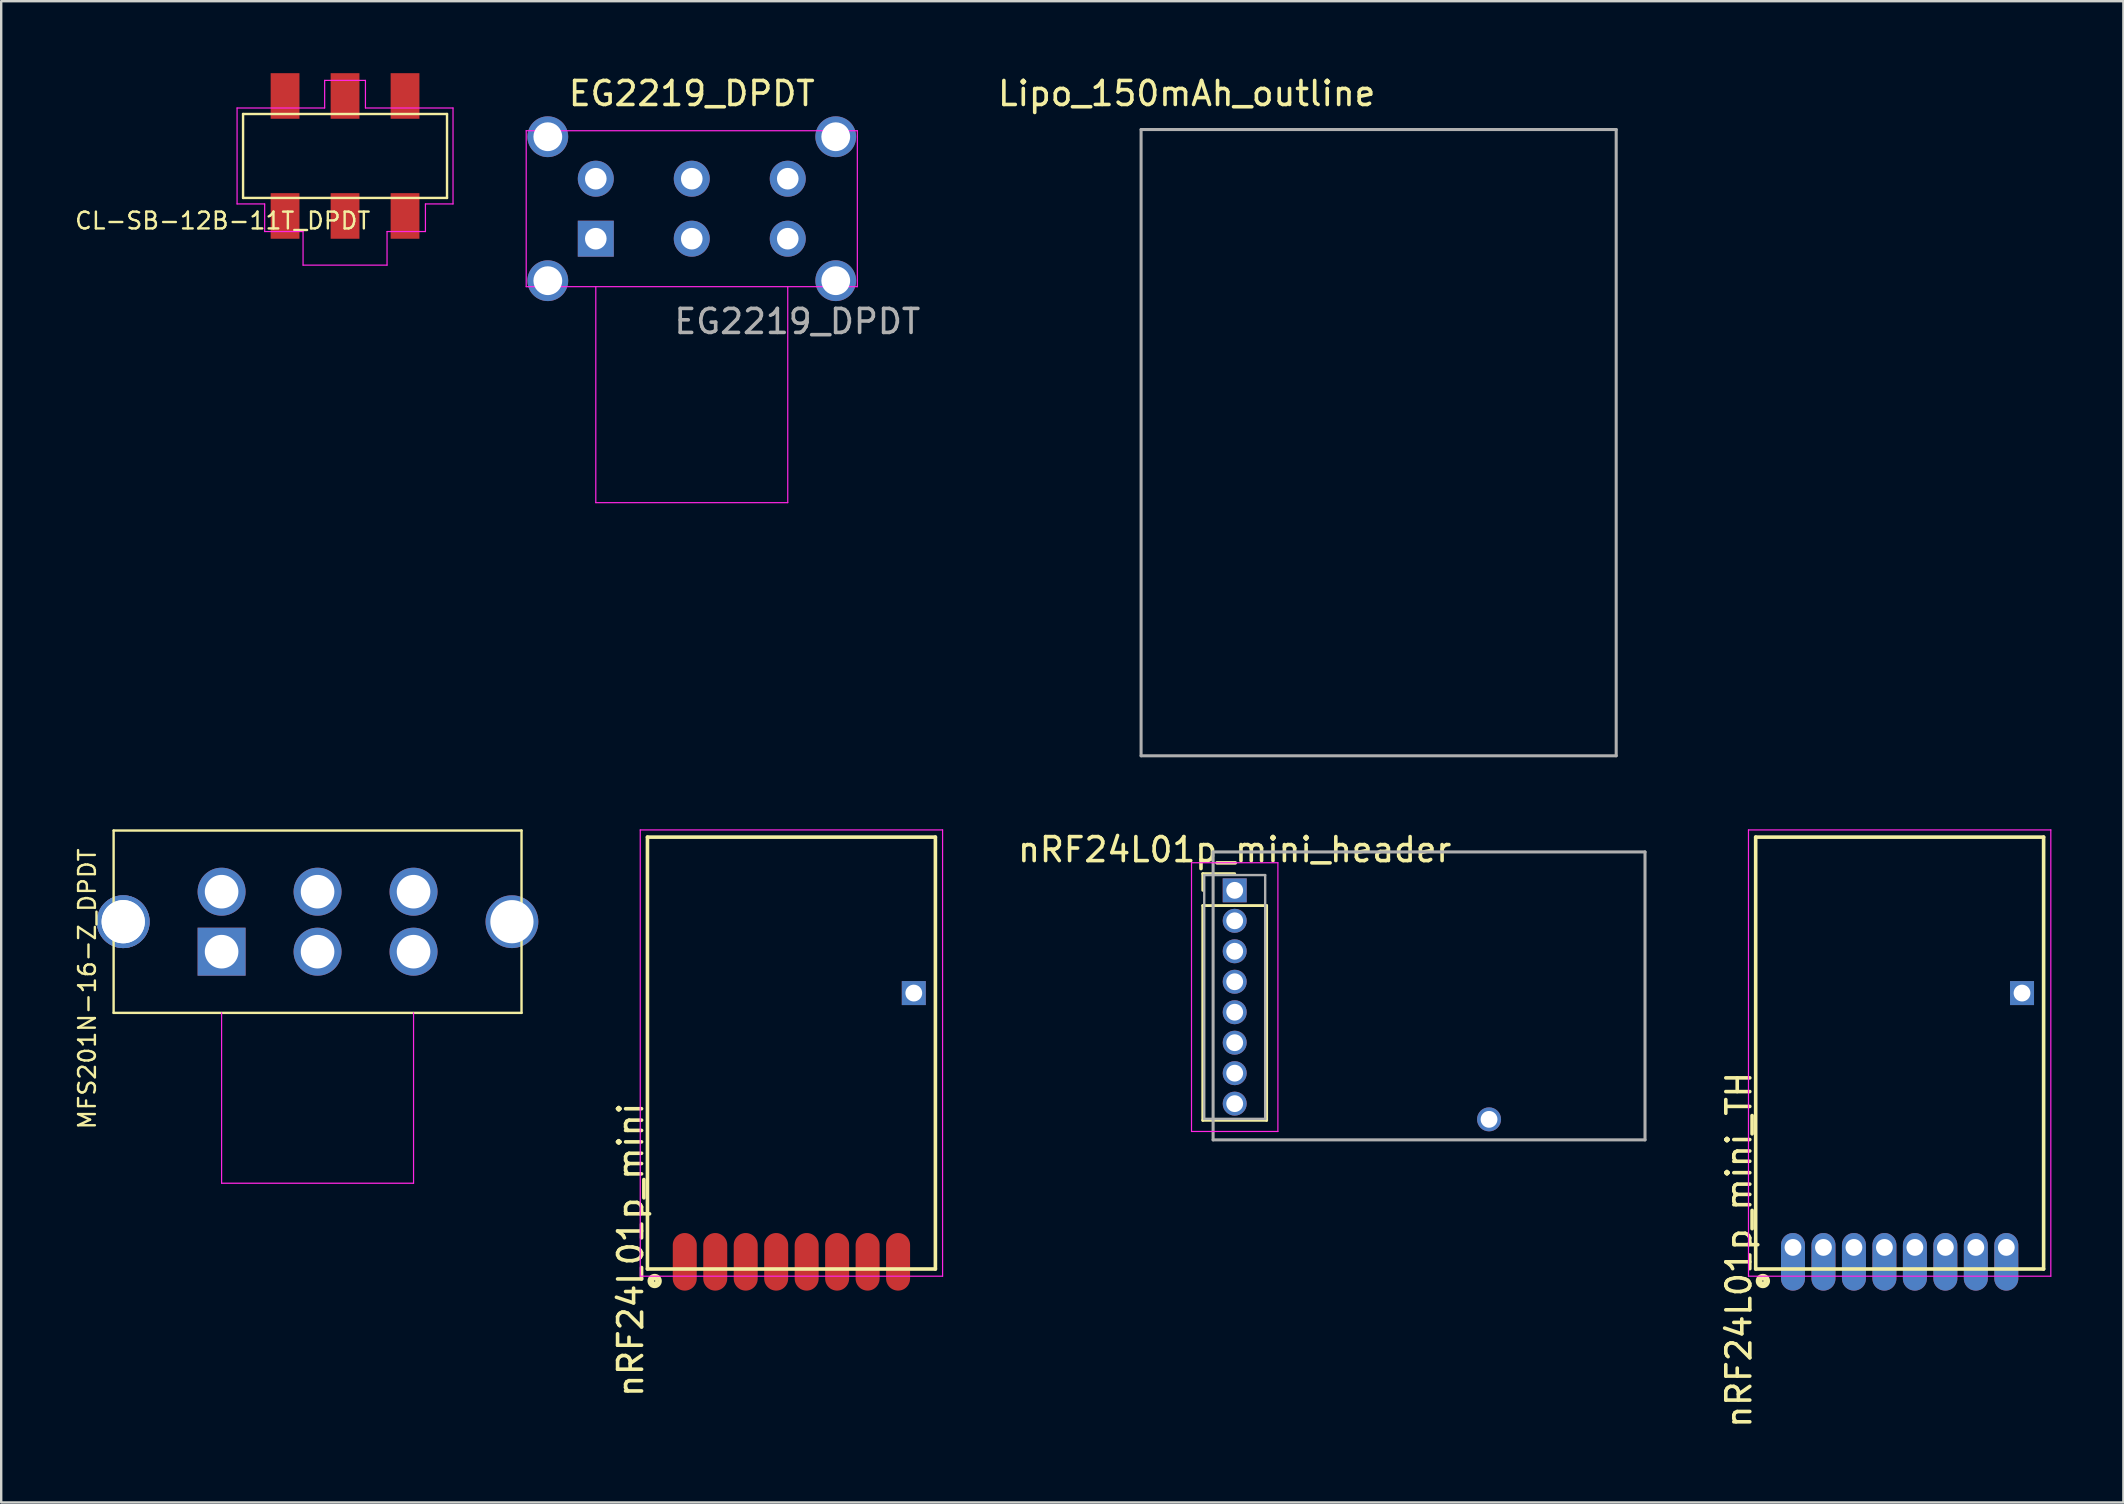
<source format=kicad_pcb>
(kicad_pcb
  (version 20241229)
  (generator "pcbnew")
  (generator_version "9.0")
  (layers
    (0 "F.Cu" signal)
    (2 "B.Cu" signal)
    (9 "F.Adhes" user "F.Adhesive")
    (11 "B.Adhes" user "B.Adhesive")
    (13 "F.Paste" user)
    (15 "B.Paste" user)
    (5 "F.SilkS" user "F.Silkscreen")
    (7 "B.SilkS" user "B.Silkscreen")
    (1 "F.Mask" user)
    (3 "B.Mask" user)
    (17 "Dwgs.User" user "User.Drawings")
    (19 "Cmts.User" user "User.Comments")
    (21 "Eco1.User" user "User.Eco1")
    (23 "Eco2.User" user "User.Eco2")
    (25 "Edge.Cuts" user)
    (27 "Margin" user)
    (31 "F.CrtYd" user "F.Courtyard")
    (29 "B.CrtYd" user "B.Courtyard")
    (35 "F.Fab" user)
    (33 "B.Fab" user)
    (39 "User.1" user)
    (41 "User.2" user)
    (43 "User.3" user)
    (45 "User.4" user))
  (footprint "nRF24L01p_mini_header"
    (layer "F.Cu")
    (at 48.407 34.055)
    (property "Reference" "nRF24L01p_mini_header" (at 0 -1.695 0) (layer "F.SilkS") (effects (font (size 1 1) (thickness 0.15))))
    (attr through_hole)
    (fp_line (start -1.33 -0.695) (end 0 -0.695) (stroke (width 0.12) (type solid)) (layer "F.SilkS"))
    (fp_line (start -1.33 0) (end -1.33 -0.695) (stroke (width 0.12) (type solid)) (layer "F.SilkS"))
    (fp_line (start -1.33 0.635) (end -1.33 9.585) (stroke (width 0.12) (type solid)) (layer "F.SilkS"))
    (fp_line (start -1.33 9.585) (end 1.33 9.585) (stroke (width 0.12) (type solid)) (layer "F.SilkS"))
    (fp_line (start 1.33 0.635) (end -1.33 0.635) (stroke (width 0.12) (type solid)) (layer "F.SilkS"))
    (fp_line (start 1.33 9.585) (end 1.33 0.635) (stroke (width 0.12) (type solid)) (layer "F.SilkS"))
    (fp_line (start -1.8 -1.15) (end -1.8 10.05) (stroke (width 0.05) (type solid)) (layer "F.CrtYd"))
    (fp_line (start -1.8 10.05) (end 1.8 10.05) (stroke (width 0.05) (type solid)) (layer "F.CrtYd"))
    (fp_line (start 1.8 -1.15) (end -1.8 -1.15) (stroke (width 0.05) (type solid)) (layer "F.CrtYd"))
    (fp_line (start 1.8 10.05) (end 1.8 -1.15) (stroke (width 0.05) (type solid)) (layer "F.CrtYd"))
    (fp_line (start -1.27 -0.635) (end -1.27 9.525) (stroke (width 0.1) (type solid)) (layer "F.Fab"))
    (fp_line (start -1.27 9.525) (end 1.27 9.525) (stroke (width 0.1) (type solid)) (layer "F.Fab"))
    (fp_line (start -0.9 -1.6) (end 17.1 -1.6) (stroke (width 0.127) (type solid)) (layer "F.Fab"))
    (fp_line (start -0.9 10.4) (end -0.9 -1.6) (stroke (width 0.127) (type solid)) (layer "F.Fab"))
    (fp_line (start -0.9 10.4) (end 17.1 10.4) (stroke (width 0.127) (type solid)) (layer "F.Fab"))
    (fp_line (start 1.27 -0.635) (end -1.27 -0.635) (stroke (width 0.1) (type solid)) (layer "F.Fab"))
    (fp_line (start 1.27 9.525) (end 1.27 -0.635) (stroke (width 0.1) (type solid)) (layer "F.Fab"))
    (fp_line (start 17.1 -1.6) (end 17.1 10.4) (stroke (width 0.127) (type solid)) (layer "F.Fab"))
    (pad "1" thru_hole rect (at 0 0) (size 1 1) (drill 0.7) (layers "*.Cu" "*.Mask"))
    (pad "2" thru_hole oval (at 0 1.27) (size 1 1) (drill 0.7) (layers "*.Cu" "*.Mask"))
    (pad "3" thru_hole oval (at 0 2.54) (size 1 1) (drill 0.7) (layers "*.Cu" "*.Mask"))
    (pad "4" thru_hole oval (at 0 3.81) (size 1 1) (drill 0.7) (layers "*.Cu" "*.Mask"))
    (pad "5" thru_hole oval (at 0 5.08) (size 1 1) (drill 0.7) (layers "*.Cu" "*.Mask"))
    (pad "6" thru_hole oval (at 0 6.35) (size 1 1) (drill 0.7) (layers "*.Cu" "*.Mask"))
    (pad "7" thru_hole oval (at 0 7.62) (size 1 1) (drill 0.7) (layers "*.Cu" "*.Mask"))
    (pad "8" thru_hole oval (at 0 8.89) (size 1 1) (drill 0.7) (layers "*.Cu" "*.Mask"))
    (pad "9" thru_hole oval (at 10.6 9.545) (size 1 1) (drill 0.7) (layers "*.Cu" "*.Mask")))
  (footprint "nRF24L01p_mini_TH"
    (layer "F.Cu")
    (at 76.119 49.837)
    (property "Reference" "nRF24L01p_mini_TH" (at -6.7 -0.8 90) (layer "F.SilkS") (effects (font (size 1 1) (thickness 0.15))))
    (attr through_hole)
    (fp_line (start -6 -18) (end -6 0) (stroke (width 0.15) (type solid)) (layer "F.SilkS"))
    (fp_line (start -6 0) (end 6 0) (stroke (width 0.15) (type solid)) (layer "F.SilkS"))
    (fp_line (start 6 -18) (end -6 -18) (stroke (width 0.15) (type solid)) (layer "F.SilkS"))
    (fp_line (start 6 0) (end 6 -18) (stroke (width 0.15) (type solid)) (layer "F.SilkS"))
    (fp_circle (center -5.7 0.5) (end -5.6 0.5) (stroke (width 0.15) (type solid)) (fill no) (layer "F.SilkS"))
    (fp_circle (center -5.7 0.5) (end -5.6 0.7) (stroke (width 0.15) (type solid)) (fill no) (layer "F.SilkS"))
    (fp_line (start -6.3 -18.3) (end -6.3 0.3) (stroke (width 0.05) (type solid)) (layer "F.CrtYd"))
    (fp_line (start -6.3 0.3) (end 6.3 0.3) (stroke (width 0.05) (type solid)) (layer "F.CrtYd"))
    (fp_line (start 6.3 -18.3) (end -6.3 -18.3) (stroke (width 0.05) (type solid)) (layer "F.CrtYd"))
    (fp_line (start 6.3 0.3) (end 6.3 -18.3) (stroke (width 0.05) (type solid)) (layer "F.CrtYd"))
    (pad "1" thru_hole oval (at -4.445 -0.9) (size 1 2.4) (drill 0.7 (offset 0 0.6)) (layers "*.Cu" "*.Mask"))
    (pad "2" thru_hole oval (at -3.175 -0.9) (size 1 2.4) (drill 0.7 (offset 0 0.6)) (layers "*.Cu" "*.Mask"))
    (pad "3" thru_hole oval (at -1.905 -0.9) (size 1 2.4) (drill 0.7 (offset 0 0.6)) (layers "*.Cu" "*.Mask"))
    (pad "4" thru_hole oval (at -0.635 -0.9) (size 1 2.4) (drill 0.7 (offset 0 0.6)) (layers "*.Cu" "*.Mask"))
    (pad "5" thru_hole oval (at 0.635 -0.9) (size 1 2.4) (drill 0.7 (offset 0 0.6)) (layers "*.Cu" "*.Mask"))
    (pad "6" thru_hole oval (at 1.905 -0.9) (size 1 2.4) (drill 0.7 (offset 0 0.6)) (layers "*.Cu" "*.Mask"))
    (pad "7" thru_hole oval (at 3.175 -0.9) (size 1 2.4) (drill 0.7 (offset 0 0.6)) (layers "*.Cu" "*.Mask"))
    (pad "8" thru_hole oval (at 4.445 -0.9) (size 1 2.4) (drill 0.7 (offset 0 0.6)) (layers "*.Cu" "*.Mask"))
    (pad "9" thru_hole rect (at 5.1 -11.5 90) (size 1 1) (drill 0.7) (layers "*.Cu" "*.Mask")))
  (footprint "CL-SB-12B-11T_DPDT"
    (layer "F.Cu")
    (at 11.33 3.45)
    (property "Reference" "CL-SB-12B-11T_DPDT" (at -5.1 2.7 0) (layer "F.SilkS") (effects (font (size 0.7 0.7) (thickness 0.1))))
    (attr through_hole)
    (fp_line (start -4.25 -1.75) (end -4.25 1.75) (stroke (width 0.1) (type solid)) (layer "F.SilkS"))
    (fp_line (start -4.25 -1.75) (end 4.25 -1.75) (stroke (width 0.1) (type solid)) (layer "F.SilkS"))
    (fp_line (start -4.25 1.75) (end 4.25 1.75) (stroke (width 0.1) (type solid)) (layer "F.SilkS"))
    (fp_line (start 4.25 -1.75) (end 4.25 1.75) (stroke (width 0.1) (type solid)) (layer "F.SilkS"))
    (fp_line (start -4.5 -2) (end -4.5 2) (stroke (width 0.05) (type solid)) (layer "F.CrtYd"))
    (fp_line (start -3.35 2) (end -4.5 2) (stroke (width 0.05) (type solid)) (layer "F.CrtYd"))
    (fp_line (start -3.35 3.15) (end -3.35 2) (stroke (width 0.05) (type solid)) (layer "F.CrtYd"))
    (fp_line (start -3.35 3.15) (end -1.75 3.15) (stroke (width 0.05) (type solid)) (layer "F.CrtYd"))
    (fp_line (start -1.75 3.15) (end -1.75 4.55) (stroke (width 0.05) (type solid)) (layer "F.CrtYd"))
    (fp_line (start -1.75 4.55) (end 1.75 4.55) (stroke (width 0.05) (type solid)) (layer "F.CrtYd"))
    (fp_line (start -0.85 -3.15) (end -0.85 -2) (stroke (width 0.05) (type solid)) (layer "F.CrtYd"))
    (fp_line (start -0.85 -2) (end -4.5 -2) (stroke (width 0.05) (type solid)) (layer "F.CrtYd"))
    (fp_line (start 0.85 -3.15) (end -0.85 -3.15) (stroke (width 0.05) (type solid)) (layer "F.CrtYd"))
    (fp_line (start 0.85 -3.15) (end 0.85 -2) (stroke (width 0.05) (type solid)) (layer "F.CrtYd"))
    (fp_line (start 0.85 -2) (end 4.5 -2) (stroke (width 0.05) (type solid)) (layer "F.CrtYd"))
    (fp_line (start 1.75 3.15) (end 3.35 3.15) (stroke (width 0.05) (type solid)) (layer "F.CrtYd"))
    (fp_line (start 1.75 4.55) (end 1.75 3.15) (stroke (width 0.05) (type solid)) (layer "F.CrtYd"))
    (fp_line (start 3.35 2) (end 3.35 3.15) (stroke (width 0.05) (type solid)) (layer "F.CrtYd"))
    (fp_line (start 4.5 2) (end 3.35 2) (stroke (width 0.05) (type solid)) (layer "F.CrtYd"))
    (fp_line (start 4.5 2) (end 4.5 -2) (stroke (width 0.05) (type solid)) (layer "F.CrtYd"))
    (pad "1" smd rect (at -2.5 2.5) (size 1.2 1.9) (layers "F.Cu" "F.Mask" "F.Paste"))
    (pad "2" smd rect (at 0 2.5) (size 1.2 1.9) (layers "F.Cu" "F.Mask" "F.Paste"))
    (pad "3" smd rect (at 2.5 2.5) (size 1.2 1.9) (layers "F.Cu" "F.Mask" "F.Paste"))
    (pad "4" smd rect (at -2.5 -2.5) (size 1.2 1.9) (layers "F.Cu" "F.Mask" "F.Paste"))
    (pad "5" smd rect (at 0 -2.5) (size 1.2 1.9) (layers "F.Cu" "F.Mask" "F.Paste"))
    (pad "6" smd rect (at 2.5 -2.5) (size 1.2 1.9) (layers "F.Cu" "F.Mask" "F.Paste")))
  (footprint "nRF24L01p_mini"
    (layer "F.Cu")
    (at 29.933 49.837)
    (property "Reference" "nRF24L01p_mini" (at -6.7 -0.8 90) (layer "F.SilkS") (effects (font (size 1 1) (thickness 0.15))))
    (attr through_hole)
    (fp_line (start -6 -18) (end -6 0) (stroke (width 0.15) (type solid)) (layer "F.SilkS"))
    (fp_line (start -6 0) (end 6 0) (stroke (width 0.15) (type solid)) (layer "F.SilkS"))
    (fp_line (start 6 -18) (end -6 -18) (stroke (width 0.15) (type solid)) (layer "F.SilkS"))
    (fp_line (start 6 0) (end 6 -18) (stroke (width 0.15) (type solid)) (layer "F.SilkS"))
    (fp_circle (center -5.7 0.5) (end -5.6 0.5) (stroke (width 0.15) (type solid)) (fill no) (layer "F.SilkS"))
    (fp_circle (center -5.7 0.5) (end -5.6 0.7) (stroke (width 0.15) (type solid)) (fill no) (layer "F.SilkS"))
    (fp_line (start -6.3 -18.3) (end -6.3 0.3) (stroke (width 0.05) (type solid)) (layer "F.CrtYd"))
    (fp_line (start -6.3 0.3) (end 6.3 0.3) (stroke (width 0.05) (type solid)) (layer "F.CrtYd"))
    (fp_line (start 6.3 -18.3) (end -6.3 -18.3) (stroke (width 0.05) (type solid)) (layer "F.CrtYd"))
    (fp_line (start 6.3 0.3) (end 6.3 -18.3) (stroke (width 0.05) (type solid)) (layer "F.CrtYd"))
    (pad "1" smd oval (at -4.445 -0.9) (size 1 2.4) (drill (offset 0 0.6)) (layers "F.Cu" "F.Mask"))
    (pad "2" smd oval (at -3.175 -0.9) (size 1 2.4) (drill (offset 0 0.6)) (layers "F.Cu" "F.Mask"))
    (pad "3" smd oval (at -1.905 -0.9) (size 1 2.4) (drill (offset 0 0.6)) (layers "F.Cu" "F.Mask"))
    (pad "4" smd oval (at -0.635 -0.9) (size 1 2.4) (drill (offset 0 0.6)) (layers "F.Cu" "F.Mask"))
    (pad "5" smd oval (at 0.635 -0.9) (size 1 2.4) (drill (offset 0 0.6)) (layers "F.Cu" "F.Mask"))
    (pad "6" smd oval (at 1.905 -0.9) (size 1 2.4) (drill (offset 0 0.6)) (layers "F.Cu" "F.Mask"))
    (pad "7" smd oval (at 3.175 -0.9) (size 1 2.4) (drill (offset 0 0.6)) (layers "F.Cu" "F.Mask"))
    (pad "8" smd oval (at 4.445 -0.9) (size 1 2.4) (drill (offset 0 0.6)) (layers "F.Cu" "F.Mask"))
    (pad "9" thru_hole rect (at 5.1 -11.5 90) (size 1 1) (drill 0.7) (layers "*.Cu" "*.Mask")))
  (footprint "EG2219_DPDT"
    (layer "F.Cu")
    (at 25.78 5.648)
    (property "Reference" "EG2219_DPDT" (at 0 -4.8 0) (layer "F.SilkS") (effects (font (size 1 1) (thickness 0.15))))
    (attr through_hole)
    (fp_line (start -6.9 -3.25) (end -6.9 3.25) (stroke (width 0.05) (type solid)) (layer "F.CrtYd"))
    (fp_line (start -6.9 3.25) (end 6.9 3.25) (stroke (width 0.05) (type solid)) (layer "F.CrtYd"))
    (fp_line (start -4 3.25) (end -4 12.25) (stroke (width 0.05) (type solid)) (layer "F.CrtYd"))
    (fp_line (start -4 12.25) (end 4 12.25) (stroke (width 0.05) (type solid)) (layer "F.CrtYd"))
    (fp_line (start 4 12.25) (end 4 3.25) (stroke (width 0.05) (type solid)) (layer "F.CrtYd"))
    (fp_line (start 6.9 -3.25) (end -6.9 -3.25) (stroke (width 0.05) (type solid)) (layer "F.CrtYd"))
    (fp_line (start 6.9 3.25) (end 6.9 -3.25) (stroke (width 0.05) (type solid)) (layer "F.CrtYd"))
    (fp_text user "${REFERENCE}" (at 4.4 4.7 0) (layer "F.Fab") (effects (font (size 1 1) (thickness 0.15))))
    (pad "" np_thru_hole circle (at -6 -3) (size 1.7 1.7) (drill 1.2) (layers "*.Cu" "*.Mask"))
    (pad "" np_thru_hole circle (at -6 3) (size 1.7 1.7) (drill 1.2) (layers "*.Cu" "*.Mask"))
    (pad "" np_thru_hole circle (at 6 -3) (size 1.7 1.7) (drill 1.2) (layers "*.Cu" "*.Mask"))
    (pad "" np_thru_hole circle (at 6 3) (size 1.7 1.7) (drill 1.2) (layers "*.Cu" "*.Mask"))
    (pad "1" thru_hole rect (at -4 1.25) (size 1.5 1.5) (drill 0.9) (layers "*.Cu" "*.Mask"))
    (pad "2" thru_hole circle (at 0 1.25) (size 1.5 1.5) (drill 0.9) (layers "*.Cu" "*.Mask"))
    (pad "3" thru_hole circle (at 4 1.25) (size 1.5 1.5) (drill 0.9) (layers "*.Cu" "*.Mask"))
    (pad "4" thru_hole circle (at -4 -1.25) (size 1.5 1.5) (drill 0.9) (layers "*.Cu" "*.Mask"))
    (pad "5" thru_hole circle (at 0 -1.25) (size 1.5 1.5) (drill 0.9) (layers "*.Cu" "*.Mask"))
    (pad "6" thru_hole circle (at 4 -1.25) (size 1.5 1.5) (drill 0.9) (layers "*.Cu" "*.Mask")))
  (footprint "MFS201N-16-Z_DPDT"
    (layer "F.Cu")
    (at 10.185 35.362)
    (property "Reference" "MFS201N-16-Z_DPDT" (at -9.6 2.8 90) (layer "F.SilkS") (effects (font (size 0.7 0.7) (thickness 0.1))))
    (attr through_hole)
    (fp_line (start -8.5 -3.8) (end -8.5 3.8) (stroke (width 0.1) (type solid)) (layer "F.SilkS"))
    (fp_line (start -8.5 3.8) (end 8.5 3.8) (stroke (width 0.1) (type solid)) (layer "F.SilkS"))
    (fp_line (start 8.5 -3.8) (end -8.5 -3.8) (stroke (width 0.1) (type solid)) (layer "F.SilkS"))
    (fp_line (start 8.5 3.8) (end 8.5 -3.8) (stroke (width 0.1) (type solid)) (layer "F.SilkS"))
    (fp_line (start -4 3.8) (end -4 10.9) (stroke (width 0.05) (type solid)) (layer "F.CrtYd"))
    (fp_line (start -4 10.9) (end 4 10.9) (stroke (width 0.05) (type solid)) (layer "F.CrtYd"))
    (fp_line (start 4 10.9) (end 4 3.8) (stroke (width 0.05) (type solid)) (layer "F.CrtYd"))
    (pad "" np_thru_hole circle (at -8.1 0) (size 2.2 2.2) (drill 1.8) (layers "*.Cu" "*.Mask"))
    (pad "" np_thru_hole circle (at -8.1 0) (size 2.2 2.2) (drill 1.8) (layers "*.Cu" "*.Mask"))
    (pad "" np_thru_hole circle (at 8.1 0) (size 2.2 2.2) (drill 1.8) (layers "*.Cu" "*.Mask"))
    (pad "1" thru_hole rect (at -4 1.25) (size 2 2) (drill 1.4) (layers "*.Cu" "*.Mask"))
    (pad "2" thru_hole oval (at 0 1.25) (size 2 2) (drill 1.4) (layers "*.Cu" "*.Mask"))
    (pad "3" thru_hole oval (at 4 1.25) (size 2 2) (drill 1.4) (layers "*.Cu" "*.Mask"))
    (pad "4" thru_hole oval (at -4 -1.25) (size 2 2) (drill 1.4) (layers "*.Cu" "*.Mask"))
    (pad "5" thru_hole oval (at 0 -1.25) (size 2 2) (drill 1.4) (layers "*.Cu" "*.Mask"))
    (pad "6" thru_hole oval (at 4 -1.25) (size 2 2) (drill 1.4) (layers "*.Cu" "*.Mask")))
  (footprint "Lipo_150mAh_outline"
    (layer "F.Cu")
    (at 44.506 2.348)
    (property "Reference" "Lipo_150mAh_outline" (at 1.9 -1.5 0) (layer "F.SilkS") (effects (font (size 1 1) (thickness 0.15))))
    (attr through_hole)
    (fp_line (start 0 0) (end 19.8 0) (stroke (width 0.127) (type solid)) (layer "F.Fab"))
    (fp_line (start 0 26.1) (end 0 0) (stroke (width 0.127) (type solid)) (layer "F.Fab"))
    (fp_line (start 19.8 0) (end 19.8 26.1) (stroke (width 0.127) (type solid)) (layer "F.Fab"))
    (fp_line (start 19.8 26.1) (end 0 26.1) (stroke (width 0.127) (type solid)) (layer "F.Fab")))
  (gr_rect
    (start -3 -3)
    (end 85.444 59.567)
    (stroke (width 0.1) (type default))
    (fill no)
    (layer "Edge.Cuts")))
</source>
